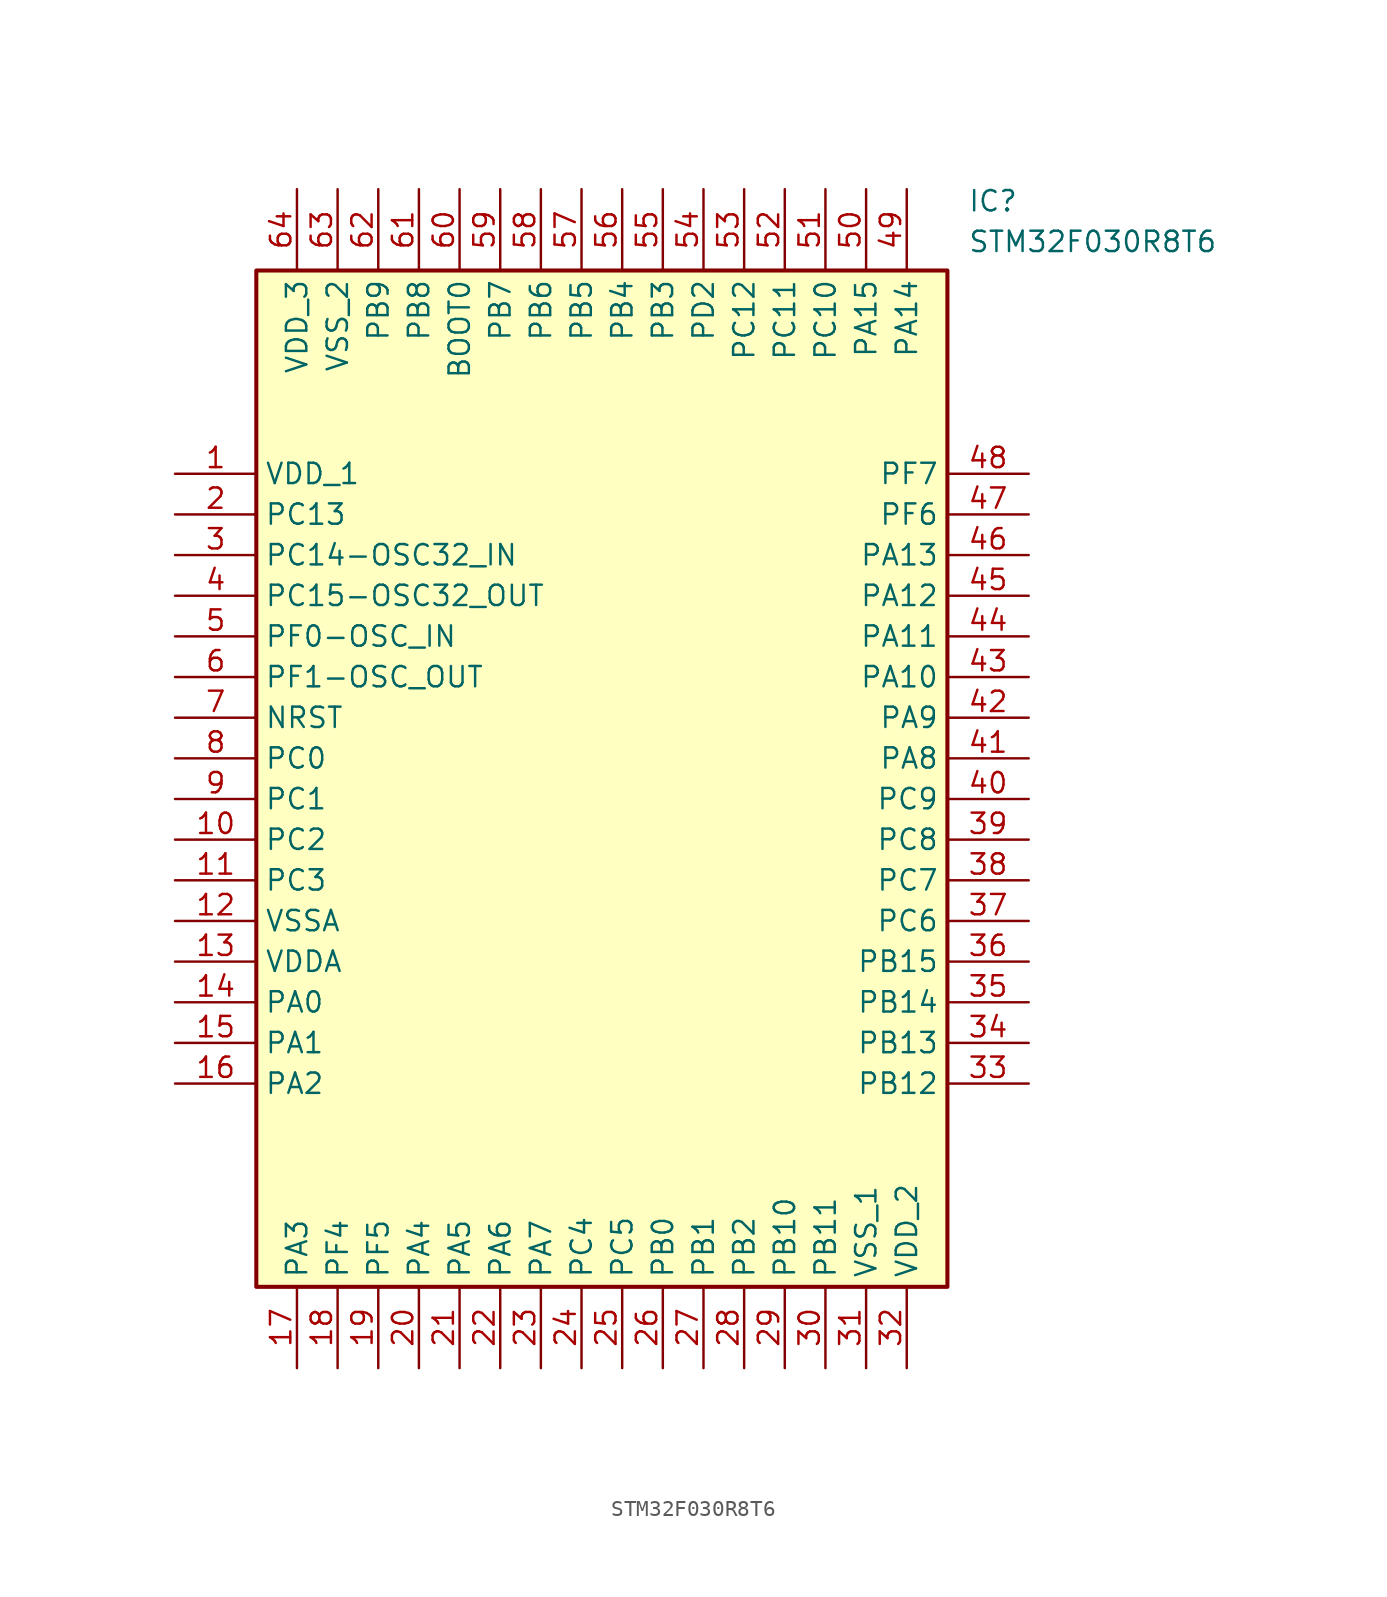
<source format=kicad_sym>
(kicad_symbol_lib
  (version 20211014)
  (generator SamacSys_ECAD_Model)
  (symbol "STM32F030R8T6"
    (property "Reference" "IC"
      (at 49.53 17.78 0)
      (effects (font (size 1.27 1.27)) (justify left top)))
    (property "Value" "STM32F030R8T6"
      (at 49.53 15.24 0)
      (effects (font (size 1.27 1.27)) (justify left top)))
    (rectangle
      (start 5.08 12.7)
      (end 48.26 -50.8)
      (stroke (width 0.254) (type default))
      (fill (type background)))
    (pin passive line
      (at 0 0 0)
      (length 5.08)
      (name "VDD_1" (effects (font (size 1.27 1.27))))
      (number "1" (effects (font (size 1.27 1.27)))))
    (pin passive line
      (at 0 -2.54 0)
      (length 5.08)
      (name "PC13" (effects (font (size 1.27 1.27))))
      (number "2" (effects (font (size 1.27 1.27)))))
    (pin passive line
      (at 0 -5.08 0)
      (length 5.08)
      (name "PC14-OSC32_IN" (effects (font (size 1.27 1.27))))
      (number "3" (effects (font (size 1.27 1.27)))))
    (pin passive line
      (at 0 -7.62 0)
      (length 5.08)
      (name "PC15-OSC32_OUT" (effects (font (size 1.27 1.27))))
      (number "4" (effects (font (size 1.27 1.27)))))
    (pin passive line
      (at 0 -10.16 0)
      (length 5.08)
      (name "PF0-OSC_IN" (effects (font (size 1.27 1.27))))
      (number "5" (effects (font (size 1.27 1.27)))))
    (pin passive line
      (at 0 -12.7 0)
      (length 5.08)
      (name "PF1-OSC_OUT" (effects (font (size 1.27 1.27))))
      (number "6" (effects (font (size 1.27 1.27)))))
    (pin passive line
      (at 0 -15.24 0)
      (length 5.08)
      (name "NRST" (effects (font (size 1.27 1.27))))
      (number "7" (effects (font (size 1.27 1.27)))))
    (pin passive line
      (at 0 -17.78 0)
      (length 5.08)
      (name "PC0" (effects (font (size 1.27 1.27))))
      (number "8" (effects (font (size 1.27 1.27)))))
    (pin passive line
      (at 0 -20.32 0)
      (length 5.08)
      (name "PC1" (effects (font (size 1.27 1.27))))
      (number "9" (effects (font (size 1.27 1.27)))))
    (pin passive line
      (at 0 -22.86 0)
      (length 5.08)
      (name "PC2" (effects (font (size 1.27 1.27))))
      (number "10" (effects (font (size 1.27 1.27)))))
    (pin passive line
      (at 0 -25.4 0)
      (length 5.08)
      (name "PC3" (effects (font (size 1.27 1.27))))
      (number "11" (effects (font (size 1.27 1.27)))))
    (pin passive line
      (at 0 -27.94 0)
      (length 5.08)
      (name "VSSA" (effects (font (size 1.27 1.27))))
      (number "12" (effects (font (size 1.27 1.27)))))
    (pin passive line
      (at 0 -30.48 0)
      (length 5.08)
      (name "VDDA" (effects (font (size 1.27 1.27))))
      (number "13" (effects (font (size 1.27 1.27)))))
    (pin passive line
      (at 0 -33.02 0)
      (length 5.08)
      (name "PA0" (effects (font (size 1.27 1.27))))
      (number "14" (effects (font (size 1.27 1.27)))))
    (pin passive line
      (at 0 -35.56 0)
      (length 5.08)
      (name "PA1" (effects (font (size 1.27 1.27))))
      (number "15" (effects (font (size 1.27 1.27)))))
    (pin passive line
      (at 0 -38.1 0)
      (length 5.08)
      (name "PA2" (effects (font (size 1.27 1.27))))
      (number "16" (effects (font (size 1.27 1.27)))))
    (pin passive line
      (at 7.62 -55.88 90)
      (length 5.08)
      (name "PA3" (effects (font (size 1.27 1.27))))
      (number "17" (effects (font (size 1.27 1.27)))))
    (pin passive line
      (at 10.16 -55.88 90)
      (length 5.08)
      (name "PF4" (effects (font (size 1.27 1.27))))
      (number "18" (effects (font (size 1.27 1.27)))))
    (pin passive line
      (at 12.7 -55.88 90)
      (length 5.08)
      (name "PF5" (effects (font (size 1.27 1.27))))
      (number "19" (effects (font (size 1.27 1.27)))))
    (pin passive line
      (at 15.24 -55.88 90)
      (length 5.08)
      (name "PA4" (effects (font (size 1.27 1.27))))
      (number "20" (effects (font (size 1.27 1.27)))))
    (pin passive line
      (at 17.78 -55.88 90)
      (length 5.08)
      (name "PA5" (effects (font (size 1.27 1.27))))
      (number "21" (effects (font (size 1.27 1.27)))))
    (pin passive line
      (at 20.32 -55.88 90)
      (length 5.08)
      (name "PA6" (effects (font (size 1.27 1.27))))
      (number "22" (effects (font (size 1.27 1.27)))))
    (pin passive line
      (at 22.86 -55.88 90)
      (length 5.08)
      (name "PA7" (effects (font (size 1.27 1.27))))
      (number "23" (effects (font (size 1.27 1.27)))))
    (pin passive line
      (at 25.4 -55.88 90)
      (length 5.08)
      (name "PC4" (effects (font (size 1.27 1.27))))
      (number "24" (effects (font (size 1.27 1.27)))))
    (pin passive line
      (at 27.94 -55.88 90)
      (length 5.08)
      (name "PC5" (effects (font (size 1.27 1.27))))
      (number "25" (effects (font (size 1.27 1.27)))))
    (pin passive line
      (at 30.48 -55.88 90)
      (length 5.08)
      (name "PB0" (effects (font (size 1.27 1.27))))
      (number "26" (effects (font (size 1.27 1.27)))))
    (pin passive line
      (at 33.02 -55.88 90)
      (length 5.08)
      (name "PB1" (effects (font (size 1.27 1.27))))
      (number "27" (effects (font (size 1.27 1.27)))))
    (pin passive line
      (at 35.56 -55.88 90)
      (length 5.08)
      (name "PB2" (effects (font (size 1.27 1.27))))
      (number "28" (effects (font (size 1.27 1.27)))))
    (pin passive line
      (at 38.1 -55.88 90)
      (length 5.08)
      (name "PB10" (effects (font (size 1.27 1.27))))
      (number "29" (effects (font (size 1.27 1.27)))))
    (pin passive line
      (at 40.64 -55.88 90)
      (length 5.08)
      (name "PB11" (effects (font (size 1.27 1.27))))
      (number "30" (effects (font (size 1.27 1.27)))))
    (pin passive line
      (at 43.18 -55.88 90)
      (length 5.08)
      (name "VSS_1" (effects (font (size 1.27 1.27))))
      (number "31" (effects (font (size 1.27 1.27)))))
    (pin passive line
      (at 45.72 -55.88 90)
      (length 5.08)
      (name "VDD_2" (effects (font (size 1.27 1.27))))
      (number "32" (effects (font (size 1.27 1.27)))))
    (pin passive line
      (at 53.34 0 180)
      (length 5.08)
      (name "PF7" (effects (font (size 1.27 1.27))))
      (number "48" (effects (font (size 1.27 1.27)))))
    (pin passive line
      (at 53.34 -2.54 180)
      (length 5.08)
      (name "PF6" (effects (font (size 1.27 1.27))))
      (number "47" (effects (font (size 1.27 1.27)))))
    (pin passive line
      (at 53.34 -5.08 180)
      (length 5.08)
      (name "PA13" (effects (font (size 1.27 1.27))))
      (number "46" (effects (font (size 1.27 1.27)))))
    (pin passive line
      (at 53.34 -7.62 180)
      (length 5.08)
      (name "PA12" (effects (font (size 1.27 1.27))))
      (number "45" (effects (font (size 1.27 1.27)))))
    (pin passive line
      (at 53.34 -10.16 180)
      (length 5.08)
      (name "PA11" (effects (font (size 1.27 1.27))))
      (number "44" (effects (font (size 1.27 1.27)))))
    (pin passive line
      (at 53.34 -12.7 180)
      (length 5.08)
      (name "PA10" (effects (font (size 1.27 1.27))))
      (number "43" (effects (font (size 1.27 1.27)))))
    (pin passive line
      (at 53.34 -15.24 180)
      (length 5.08)
      (name "PA9" (effects (font (size 1.27 1.27))))
      (number "42" (effects (font (size 1.27 1.27)))))
    (pin passive line
      (at 53.34 -17.78 180)
      (length 5.08)
      (name "PA8" (effects (font (size 1.27 1.27))))
      (number "41" (effects (font (size 1.27 1.27)))))
    (pin passive line
      (at 53.34 -20.32 180)
      (length 5.08)
      (name "PC9" (effects (font (size 1.27 1.27))))
      (number "40" (effects (font (size 1.27 1.27)))))
    (pin passive line
      (at 53.34 -22.86 180)
      (length 5.08)
      (name "PC8" (effects (font (size 1.27 1.27))))
      (number "39" (effects (font (size 1.27 1.27)))))
    (pin passive line
      (at 53.34 -25.4 180)
      (length 5.08)
      (name "PC7" (effects (font (size 1.27 1.27))))
      (number "38" (effects (font (size 1.27 1.27)))))
    (pin passive line
      (at 53.34 -27.94 180)
      (length 5.08)
      (name "PC6" (effects (font (size 1.27 1.27))))
      (number "37" (effects (font (size 1.27 1.27)))))
    (pin passive line
      (at 53.34 -30.48 180)
      (length 5.08)
      (name "PB15" (effects (font (size 1.27 1.27))))
      (number "36" (effects (font (size 1.27 1.27)))))
    (pin passive line
      (at 53.34 -33.02 180)
      (length 5.08)
      (name "PB14" (effects (font (size 1.27 1.27))))
      (number "35" (effects (font (size 1.27 1.27)))))
    (pin passive line
      (at 53.34 -35.56 180)
      (length 5.08)
      (name "PB13" (effects (font (size 1.27 1.27))))
      (number "34" (effects (font (size 1.27 1.27)))))
    (pin passive line
      (at 53.34 -38.1 180)
      (length 5.08)
      (name "PB12" (effects (font (size 1.27 1.27))))
      (number "33" (effects (font (size 1.27 1.27)))))
    (pin passive line
      (at 7.62 17.78 270)
      (length 5.08)
      (name "VDD_3" (effects (font (size 1.27 1.27))))
      (number "64" (effects (font (size 1.27 1.27)))))
    (pin passive line
      (at 10.16 17.78 270)
      (length 5.08)
      (name "VSS_2" (effects (font (size 1.27 1.27))))
      (number "63" (effects (font (size 1.27 1.27)))))
    (pin passive line
      (at 12.7 17.78 270)
      (length 5.08)
      (name "PB9" (effects (font (size 1.27 1.27))))
      (number "62" (effects (font (size 1.27 1.27)))))
    (pin passive line
      (at 15.24 17.78 270)
      (length 5.08)
      (name "PB8" (effects (font (size 1.27 1.27))))
      (number "61" (effects (font (size 1.27 1.27)))))
    (pin passive line
      (at 17.78 17.78 270)
      (length 5.08)
      (name "BOOT0" (effects (font (size 1.27 1.27))))
      (number "60" (effects (font (size 1.27 1.27)))))
    (pin passive line
      (at 20.32 17.78 270)
      (length 5.08)
      (name "PB7" (effects (font (size 1.27 1.27))))
      (number "59" (effects (font (size 1.27 1.27)))))
    (pin passive line
      (at 22.86 17.78 270)
      (length 5.08)
      (name "PB6" (effects (font (size 1.27 1.27))))
      (number "58" (effects (font (size 1.27 1.27)))))
    (pin passive line
      (at 25.4 17.78 270)
      (length 5.08)
      (name "PB5" (effects (font (size 1.27 1.27))))
      (number "57" (effects (font (size 1.27 1.27)))))
    (pin passive line
      (at 27.94 17.78 270)
      (length 5.08)
      (name "PB4" (effects (font (size 1.27 1.27))))
      (number "56" (effects (font (size 1.27 1.27)))))
    (pin passive line
      (at 30.48 17.78 270)
      (length 5.08)
      (name "PB3" (effects (font (size 1.27 1.27))))
      (number "55" (effects (font (size 1.27 1.27)))))
    (pin passive line
      (at 33.02 17.78 270)
      (length 5.08)
      (name "PD2" (effects (font (size 1.27 1.27))))
      (number "54" (effects (font (size 1.27 1.27)))))
    (pin passive line
      (at 35.56 17.78 270)
      (length 5.08)
      (name "PC12" (effects (font (size 1.27 1.27))))
      (number "53" (effects (font (size 1.27 1.27)))))
    (pin passive line
      (at 38.1 17.78 270)
      (length 5.08)
      (name "PC11" (effects (font (size 1.27 1.27))))
      (number "52" (effects (font (size 1.27 1.27)))))
    (pin passive line
      (at 40.64 17.78 270)
      (length 5.08)
      (name "PC10" (effects (font (size 1.27 1.27))))
      (number "51" (effects (font (size 1.27 1.27)))))
    (pin passive line
      (at 43.18 17.78 270)
      (length 5.08)
      (name "PA15" (effects (font (size 1.27 1.27))))
      (number "50" (effects (font (size 1.27 1.27)))))
    (pin passive line
      (at 45.72 17.78 270)
      (length 5.08)
      (name "PA14" (effects (font (size 1.27 1.27))))
      (number "49" (effects (font (size 1.27 1.27)))))))
</source>
